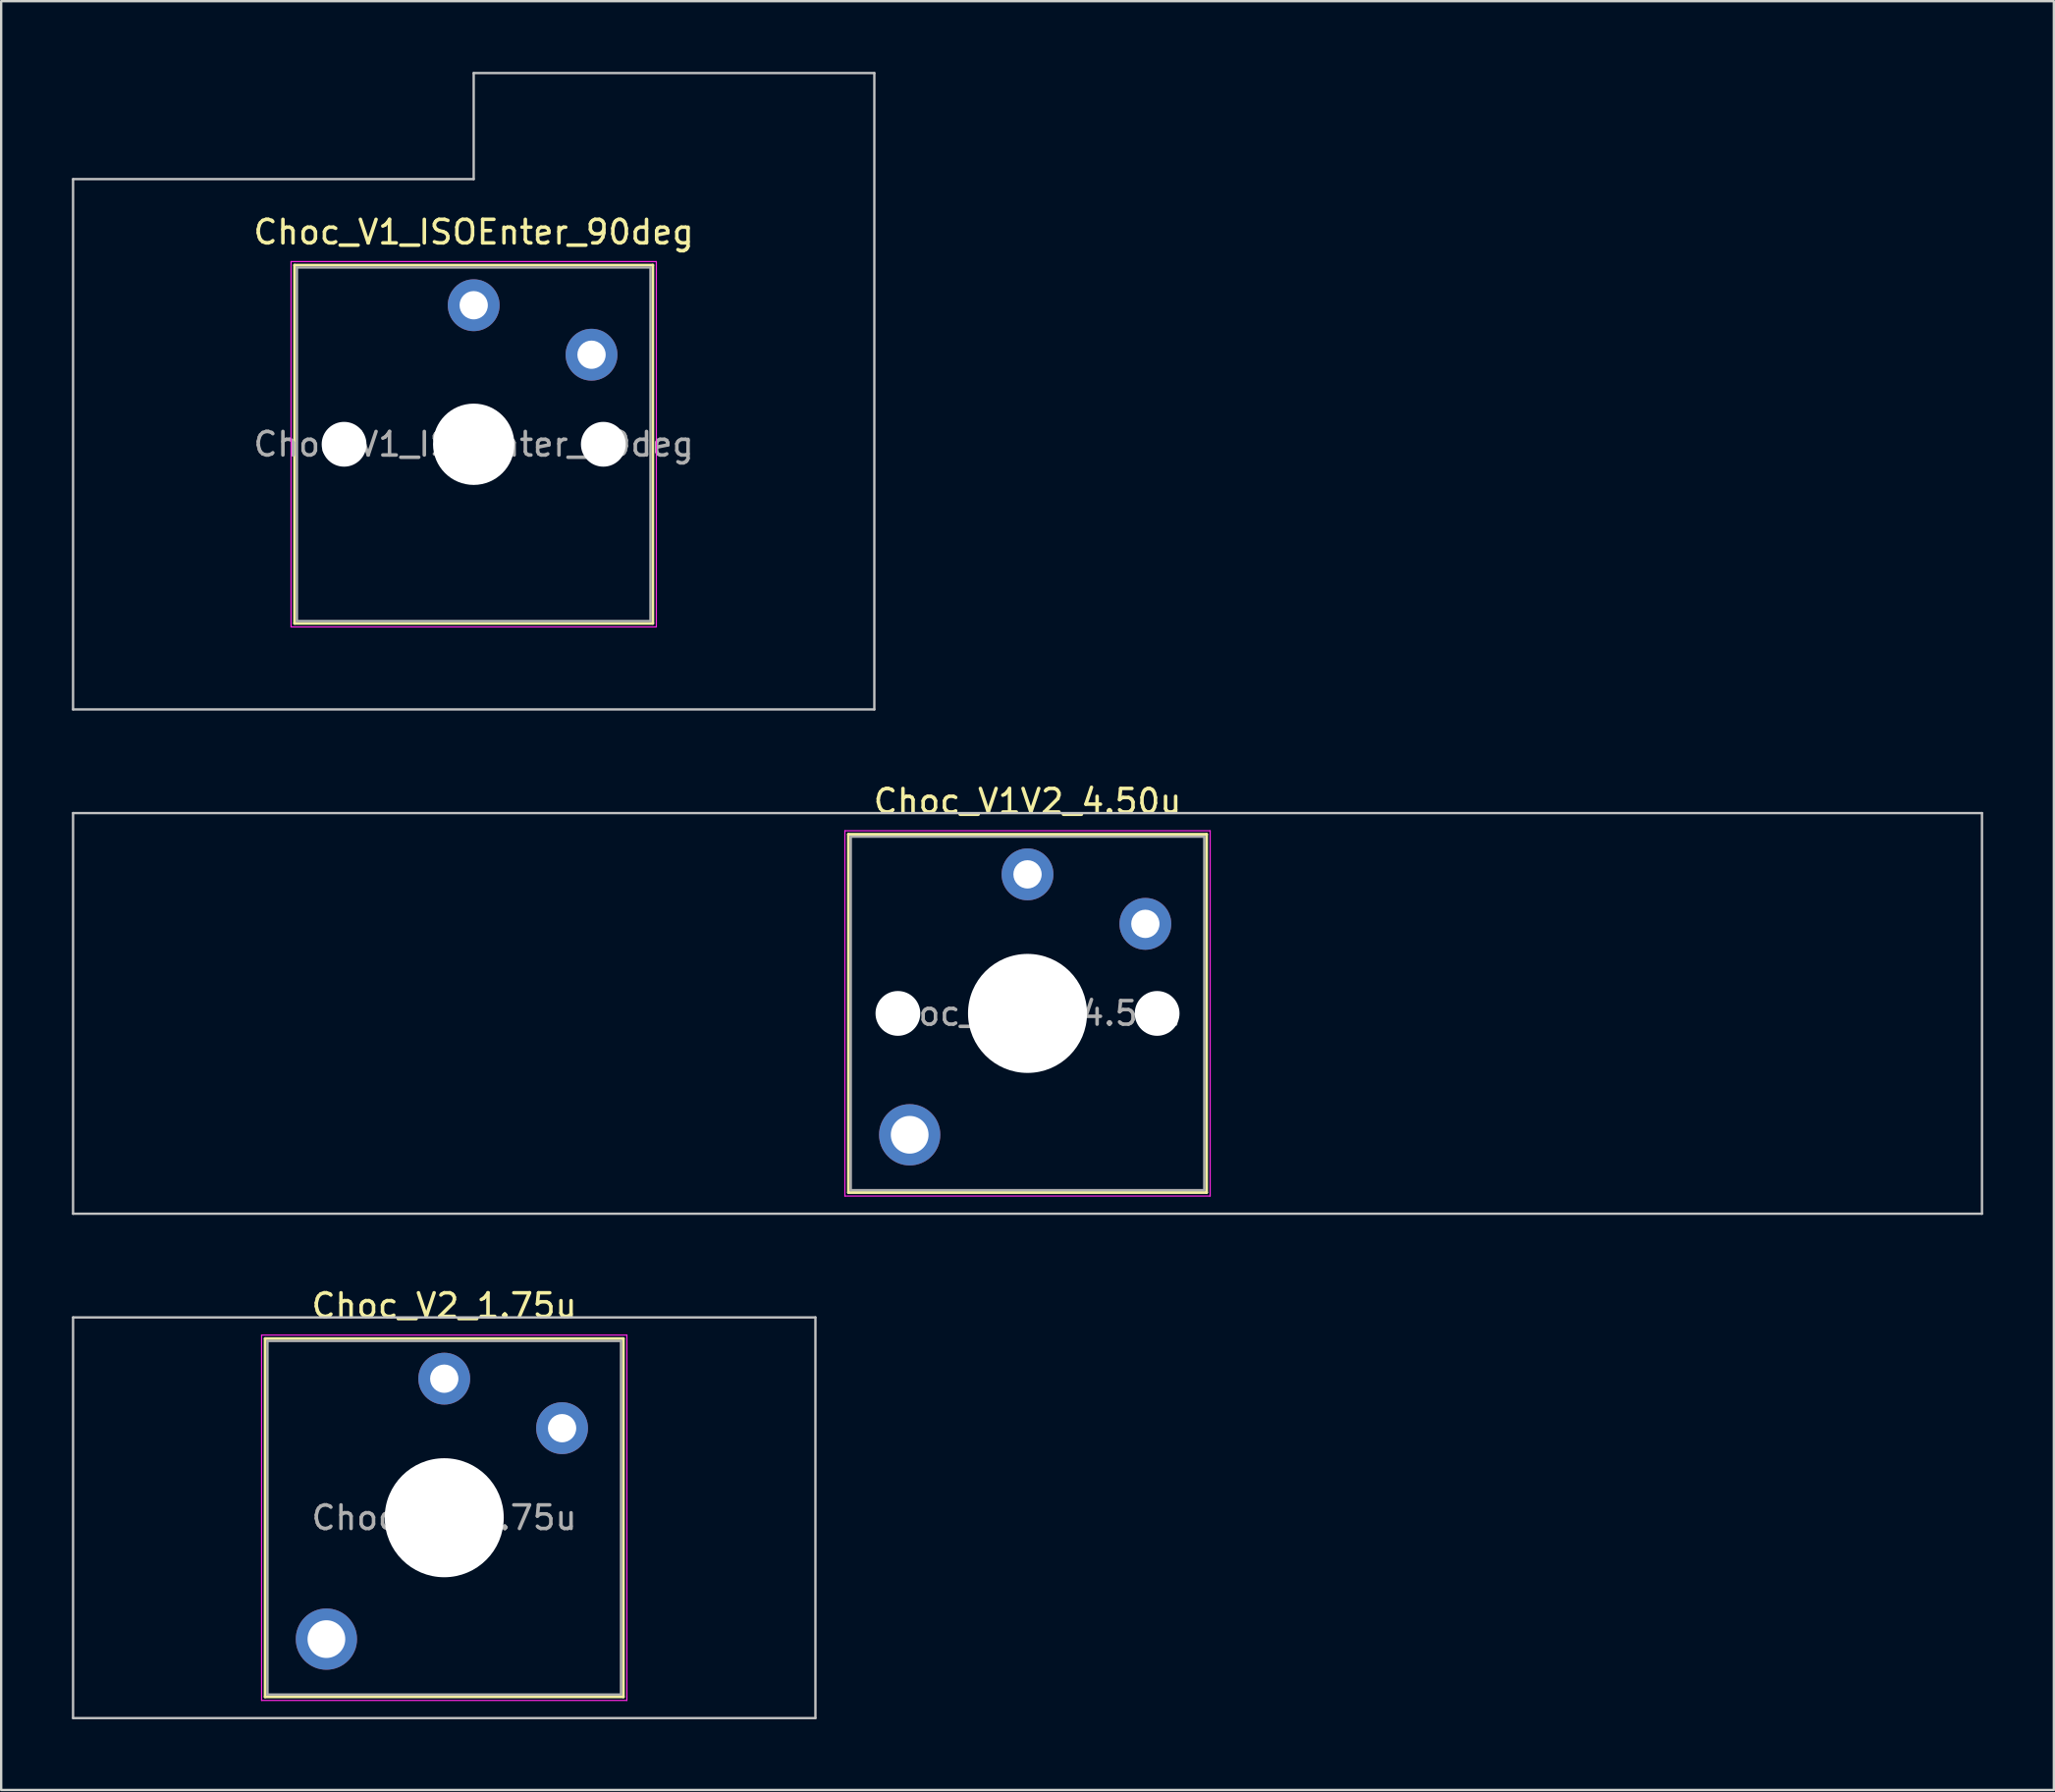
<source format=kicad_pcb>
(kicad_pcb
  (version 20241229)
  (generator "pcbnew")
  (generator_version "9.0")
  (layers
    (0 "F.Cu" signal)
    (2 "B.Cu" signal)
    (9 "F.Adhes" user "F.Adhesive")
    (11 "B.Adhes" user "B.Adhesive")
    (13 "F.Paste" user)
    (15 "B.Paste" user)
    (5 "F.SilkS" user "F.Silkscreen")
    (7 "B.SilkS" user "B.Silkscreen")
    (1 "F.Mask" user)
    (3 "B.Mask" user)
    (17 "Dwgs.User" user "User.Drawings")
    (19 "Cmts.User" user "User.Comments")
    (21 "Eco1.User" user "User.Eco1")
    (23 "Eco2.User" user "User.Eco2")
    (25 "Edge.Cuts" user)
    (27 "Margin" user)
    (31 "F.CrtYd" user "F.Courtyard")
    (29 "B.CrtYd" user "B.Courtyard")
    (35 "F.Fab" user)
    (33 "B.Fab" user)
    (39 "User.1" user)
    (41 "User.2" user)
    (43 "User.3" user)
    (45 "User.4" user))
  (footprint "Choc_V1_ISOEnter_90deg"
    (layer "F.Cu")
    (at 17.05 15.8)
    (property "Reference" "Choc_V1_ISOEnter_90deg" (at 0 -9 0) (layer "F.SilkS") (effects (font (size 1 1) (thickness 0.15))))
    (attr through_hole)
    (fp_line (start -7.6 -7.6) (end -7.6 7.6) (stroke (width 0.12) (type solid)) (layer "F.SilkS"))
    (fp_line (start -7.6 7.6) (end 7.6 7.6) (stroke (width 0.12) (type solid)) (layer "F.SilkS"))
    (fp_line (start 7.6 -7.6) (end -7.6 -7.6) (stroke (width 0.12) (type solid)) (layer "F.SilkS"))
    (fp_line (start 7.6 7.6) (end 7.6 -7.6) (stroke (width 0.12) (type solid)) (layer "F.SilkS"))
    (fp_line (start -17 -11.25) (end -17 11.25) (stroke (width 0.1) (type solid)) (layer "Dwgs.User"))
    (fp_line (start -17 11.25) (end 17 11.25) (stroke (width 0.1) (type solid)) (layer "Dwgs.User"))
    (fp_line (start 0 -15.75) (end 0 -11.25) (stroke (width 0.1) (type solid)) (layer "Dwgs.User"))
    (fp_line (start 0 -11.25) (end -17 -11.25) (stroke (width 0.1) (type solid)) (layer "Dwgs.User"))
    (fp_line (start 17 -15.75) (end 0 -15.75) (stroke (width 0.1) (type solid)) (layer "Dwgs.User"))
    (fp_line (start 17 11.25) (end 17 -15.75) (stroke (width 0.1) (type solid)) (layer "Dwgs.User"))
    (fp_line (start -7.25 -7.25) (end -7.25 7.25) (stroke (width 0.1) (type solid)) (layer "Eco1.User"))
    (fp_line (start -7.25 7.25) (end 7.25 7.25) (stroke (width 0.1) (type solid)) (layer "Eco1.User"))
    (fp_line (start 7.25 -7.25) (end -7.25 -7.25) (stroke (width 0.1) (type solid)) (layer "Eco1.User"))
    (fp_line (start 7.25 7.25) (end 7.25 -7.25) (stroke (width 0.1) (type solid)) (layer "Eco1.User"))
    (fp_line (start -7.75 -7.75) (end -7.75 7.75) (stroke (width 0.05) (type solid)) (layer "F.CrtYd"))
    (fp_line (start -7.75 7.75) (end 7.75 7.75) (stroke (width 0.05) (type solid)) (layer "F.CrtYd"))
    (fp_line (start 7.75 -7.75) (end -7.75 -7.75) (stroke (width 0.05) (type solid)) (layer "F.CrtYd"))
    (fp_line (start 7.75 7.75) (end 7.75 -7.75) (stroke (width 0.05) (type solid)) (layer "F.CrtYd"))
    (fp_line (start -7.5 -7.5) (end -7.5 7.5) (stroke (width 0.1) (type solid)) (layer "F.Fab"))
    (fp_line (start -7.5 7.5) (end 7.5 7.5) (stroke (width 0.1) (type solid)) (layer "F.Fab"))
    (fp_line (start 7.5 -7.5) (end -7.5 -7.5) (stroke (width 0.1) (type solid)) (layer "F.Fab"))
    (fp_line (start 7.5 7.5) (end 7.5 -7.5) (stroke (width 0.1) (type solid)) (layer "F.Fab"))
    (fp_text user "${REFERENCE}" (at 0 0 0) (layer "F.Fab") (effects (font (size 1 1) (thickness 0.15))))
    (pad "" np_thru_hole circle (at -5.5 0) (size 1.9 1.9) (drill 1.9) (layers "*.Cu" "*.Mask"))
    (pad "" np_thru_hole circle (at 0 0) (size 3.45 3.45) (drill 3.45) (layers "*.Cu" "*.Mask"))
    (pad "" np_thru_hole circle (at 5.5 0) (size 1.9 1.9) (drill 1.9) (layers "*.Cu" "*.Mask"))
    (pad "1" thru_hole circle (at 0 -5.9) (size 2.2 2.2) (drill 1.2) (layers "*.Cu" "*.Mask"))
    (pad "2" thru_hole circle (at 5 -3.8) (size 2.2 2.2) (drill 1.2) (layers "*.Cu" "*.Mask")))
  (footprint "Choc_V2_1.75u"
    (layer "F.Cu")
    (at 15.8 61.346)
    (property "Reference" "Choc_V2_1.75u" (at 0 -9 0) (layer "F.SilkS") (effects (font (size 1 1) (thickness 0.15))))
    (attr through_hole)
    (fp_line (start -7.6 -7.6) (end -7.6 7.6) (stroke (width 0.12) (type solid)) (layer "F.SilkS"))
    (fp_line (start -7.6 7.6) (end 7.6 7.6) (stroke (width 0.12) (type solid)) (layer "F.SilkS"))
    (fp_line (start 7.6 -7.6) (end -7.6 -7.6) (stroke (width 0.12) (type solid)) (layer "F.SilkS"))
    (fp_line (start 7.6 7.6) (end 7.6 -7.6) (stroke (width 0.12) (type solid)) (layer "F.SilkS"))
    (fp_line (start -15.75 -8.5) (end -15.75 8.5) (stroke (width 0.1) (type solid)) (layer "Dwgs.User"))
    (fp_line (start -15.75 8.5) (end 15.75 8.5) (stroke (width 0.1) (type solid)) (layer "Dwgs.User"))
    (fp_line (start 15.75 -8.5) (end -15.75 -8.5) (stroke (width 0.1) (type solid)) (layer "Dwgs.User"))
    (fp_line (start 15.75 8.5) (end 15.75 -8.5) (stroke (width 0.1) (type solid)) (layer "Dwgs.User"))
    (fp_line (start -7.25 -7.25) (end -7.25 7.25) (stroke (width 0.1) (type solid)) (layer "Eco1.User"))
    (fp_line (start -7.25 7.25) (end 7.25 7.25) (stroke (width 0.1) (type solid)) (layer "Eco1.User"))
    (fp_line (start 7.25 -7.25) (end -7.25 -7.25) (stroke (width 0.1) (type solid)) (layer "Eco1.User"))
    (fp_line (start 7.25 7.25) (end 7.25 -7.25) (stroke (width 0.1) (type solid)) (layer "Eco1.User"))
    (fp_line (start -7.75 -7.75) (end -7.75 7.75) (stroke (width 0.05) (type solid)) (layer "F.CrtYd"))
    (fp_line (start -7.75 7.75) (end 7.75 7.75) (stroke (width 0.05) (type solid)) (layer "F.CrtYd"))
    (fp_line (start 7.75 -7.75) (end -7.75 -7.75) (stroke (width 0.05) (type solid)) (layer "F.CrtYd"))
    (fp_line (start 7.75 7.75) (end 7.75 -7.75) (stroke (width 0.05) (type solid)) (layer "F.CrtYd"))
    (fp_line (start -7.5 -7.5) (end -7.5 7.5) (stroke (width 0.1) (type solid)) (layer "F.Fab"))
    (fp_line (start -7.5 7.5) (end 7.5 7.5) (stroke (width 0.1) (type solid)) (layer "F.Fab"))
    (fp_line (start 7.5 -7.5) (end -7.5 -7.5) (stroke (width 0.1) (type solid)) (layer "F.Fab"))
    (fp_line (start 7.5 7.5) (end 7.5 -7.5) (stroke (width 0.1) (type solid)) (layer "F.Fab"))
    (fp_text user "${REFERENCE}" (at 0 0 0) (layer "F.Fab") (effects (font (size 1 1) (thickness 0.15))))
    (pad "" thru_hole circle (at -5 5.15) (size 2.6 2.6) (drill 1.6) (layers "*.Cu" "*.Mask"))
    (pad "" np_thru_hole circle (at 0 0) (size 5.05 5.05) (drill 5.05) (layers "*.Cu" "*.Mask"))
    (pad "1" thru_hole circle (at 0 -5.9) (size 2.2 2.2) (drill 1.2) (layers "*.Cu" "*.Mask"))
    (pad "2" thru_hole circle (at 5 -3.8) (size 2.2 2.2) (drill 1.2) (layers "*.Cu" "*.Mask")))
  (footprint "Choc_V1V2_4.50u"
    (layer "F.Cu")
    (at 40.55 39.948)
    (property "Reference" "Choc_V1V2_4.50u" (at 0 -9 0) (layer "F.SilkS") (effects (font (size 1 1) (thickness 0.15))))
    (attr through_hole)
    (fp_line (start -7.6 -7.6) (end -7.6 7.6) (stroke (width 0.12) (type solid)) (layer "F.SilkS"))
    (fp_line (start -7.6 7.6) (end 7.6 7.6) (stroke (width 0.12) (type solid)) (layer "F.SilkS"))
    (fp_line (start 7.6 -7.6) (end -7.6 -7.6) (stroke (width 0.12) (type solid)) (layer "F.SilkS"))
    (fp_line (start 7.6 7.6) (end 7.6 -7.6) (stroke (width 0.12) (type solid)) (layer "F.SilkS"))
    (fp_line (start -40.5 -8.5) (end -40.5 8.5) (stroke (width 0.1) (type solid)) (layer "Dwgs.User"))
    (fp_line (start -40.5 8.5) (end 40.5 8.5) (stroke (width 0.1) (type solid)) (layer "Dwgs.User"))
    (fp_line (start 40.5 -8.5) (end -40.5 -8.5) (stroke (width 0.1) (type solid)) (layer "Dwgs.User"))
    (fp_line (start 40.5 8.5) (end 40.5 -8.5) (stroke (width 0.1) (type solid)) (layer "Dwgs.User"))
    (fp_line (start -7.25 -7.25) (end -7.25 7.25) (stroke (width 0.1) (type solid)) (layer "Eco1.User"))
    (fp_line (start -7.25 7.25) (end 7.25 7.25) (stroke (width 0.1) (type solid)) (layer "Eco1.User"))
    (fp_line (start 7.25 -7.25) (end -7.25 -7.25) (stroke (width 0.1) (type solid)) (layer "Eco1.User"))
    (fp_line (start 7.25 7.25) (end 7.25 -7.25) (stroke (width 0.1) (type solid)) (layer "Eco1.User"))
    (fp_line (start -7.75 -7.75) (end -7.75 7.75) (stroke (width 0.05) (type solid)) (layer "F.CrtYd"))
    (fp_line (start -7.75 7.75) (end 7.75 7.75) (stroke (width 0.05) (type solid)) (layer "F.CrtYd"))
    (fp_line (start 7.75 -7.75) (end -7.75 -7.75) (stroke (width 0.05) (type solid)) (layer "F.CrtYd"))
    (fp_line (start 7.75 7.75) (end 7.75 -7.75) (stroke (width 0.05) (type solid)) (layer "F.CrtYd"))
    (fp_line (start -7.5 -7.5) (end -7.5 7.5) (stroke (width 0.1) (type solid)) (layer "F.Fab"))
    (fp_line (start -7.5 7.5) (end 7.5 7.5) (stroke (width 0.1) (type solid)) (layer "F.Fab"))
    (fp_line (start 7.5 -7.5) (end -7.5 -7.5) (stroke (width 0.1) (type solid)) (layer "F.Fab"))
    (fp_line (start 7.5 7.5) (end 7.5 -7.5) (stroke (width 0.1) (type solid)) (layer "F.Fab"))
    (fp_text user "${REFERENCE}" (at 0 0 0) (layer "F.Fab") (effects (font (size 1 1) (thickness 0.15))))
    (pad "" np_thru_hole circle (at -5.5 0) (size 1.9 1.9) (drill 1.9) (layers "*.Cu" "*.Mask"))
    (pad "" thru_hole circle (at -5 5.15) (size 2.6 2.6) (drill 1.6) (layers "*.Cu" "*.Mask"))
    (pad "" np_thru_hole circle (at 0 0) (size 5.05 5.05) (drill 5.05) (layers "*.Cu" "*.Mask"))
    (pad "" np_thru_hole circle (at 5.5 0) (size 1.9 1.9) (drill 1.9) (layers "*.Cu" "*.Mask"))
    (pad "1" thru_hole circle (at 0 -5.9) (size 2.2 2.2) (drill 1.2) (layers "*.Cu" "*.Mask"))
    (pad "2" thru_hole circle (at 5 -3.8) (size 2.2 2.2) (drill 1.2) (layers "*.Cu" "*.Mask")))
  (gr_rect
    (start -3 -3)
    (end 84.1 72.897)
    (stroke (width 0.1) (type default))
    (fill no)
    (layer "Edge.Cuts")))
</source>
